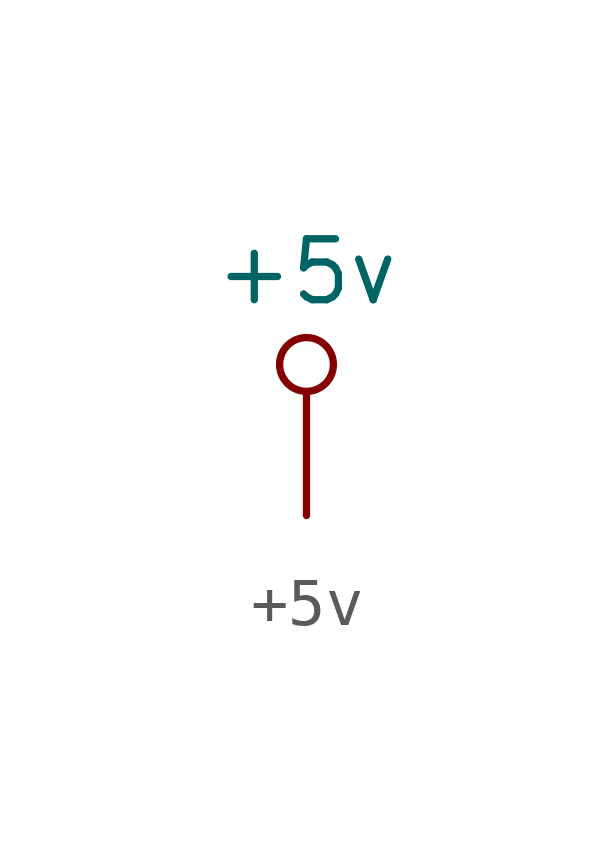
<source format=kicad_sym>
(kicad_symbol_lib
  (version 20231120)
  (generator "kicad_symbol_editor")
  (generator_version "8.0")
  (symbol "+5v"
    (power)
    (pin_numbers hide)
    (pin_names hide)
    (property "Reference" "#PWR"
      (at 4.724 3.708 0)
      (effects (font (size 1.27 1.27)) (hide yes)))
    (property "Value" "+5v"
      (at 0 3.81 0)
      (effects (font (size 1.27 1.27))))
    (symbol "+5v_0_1"
      (circle (center 0 1.88) (radius 0.561) (stroke (width 0) (type default)) (fill (type none))))
    (symbol "+5v_1_1"
      (pin power_in line (at 0 -1.27 90) (length 2.54) (name "+5v" (effects (font (size 1.27 1.27)))) (number "~" (effects (font (size 1.27 1.27))))))))
</source>
